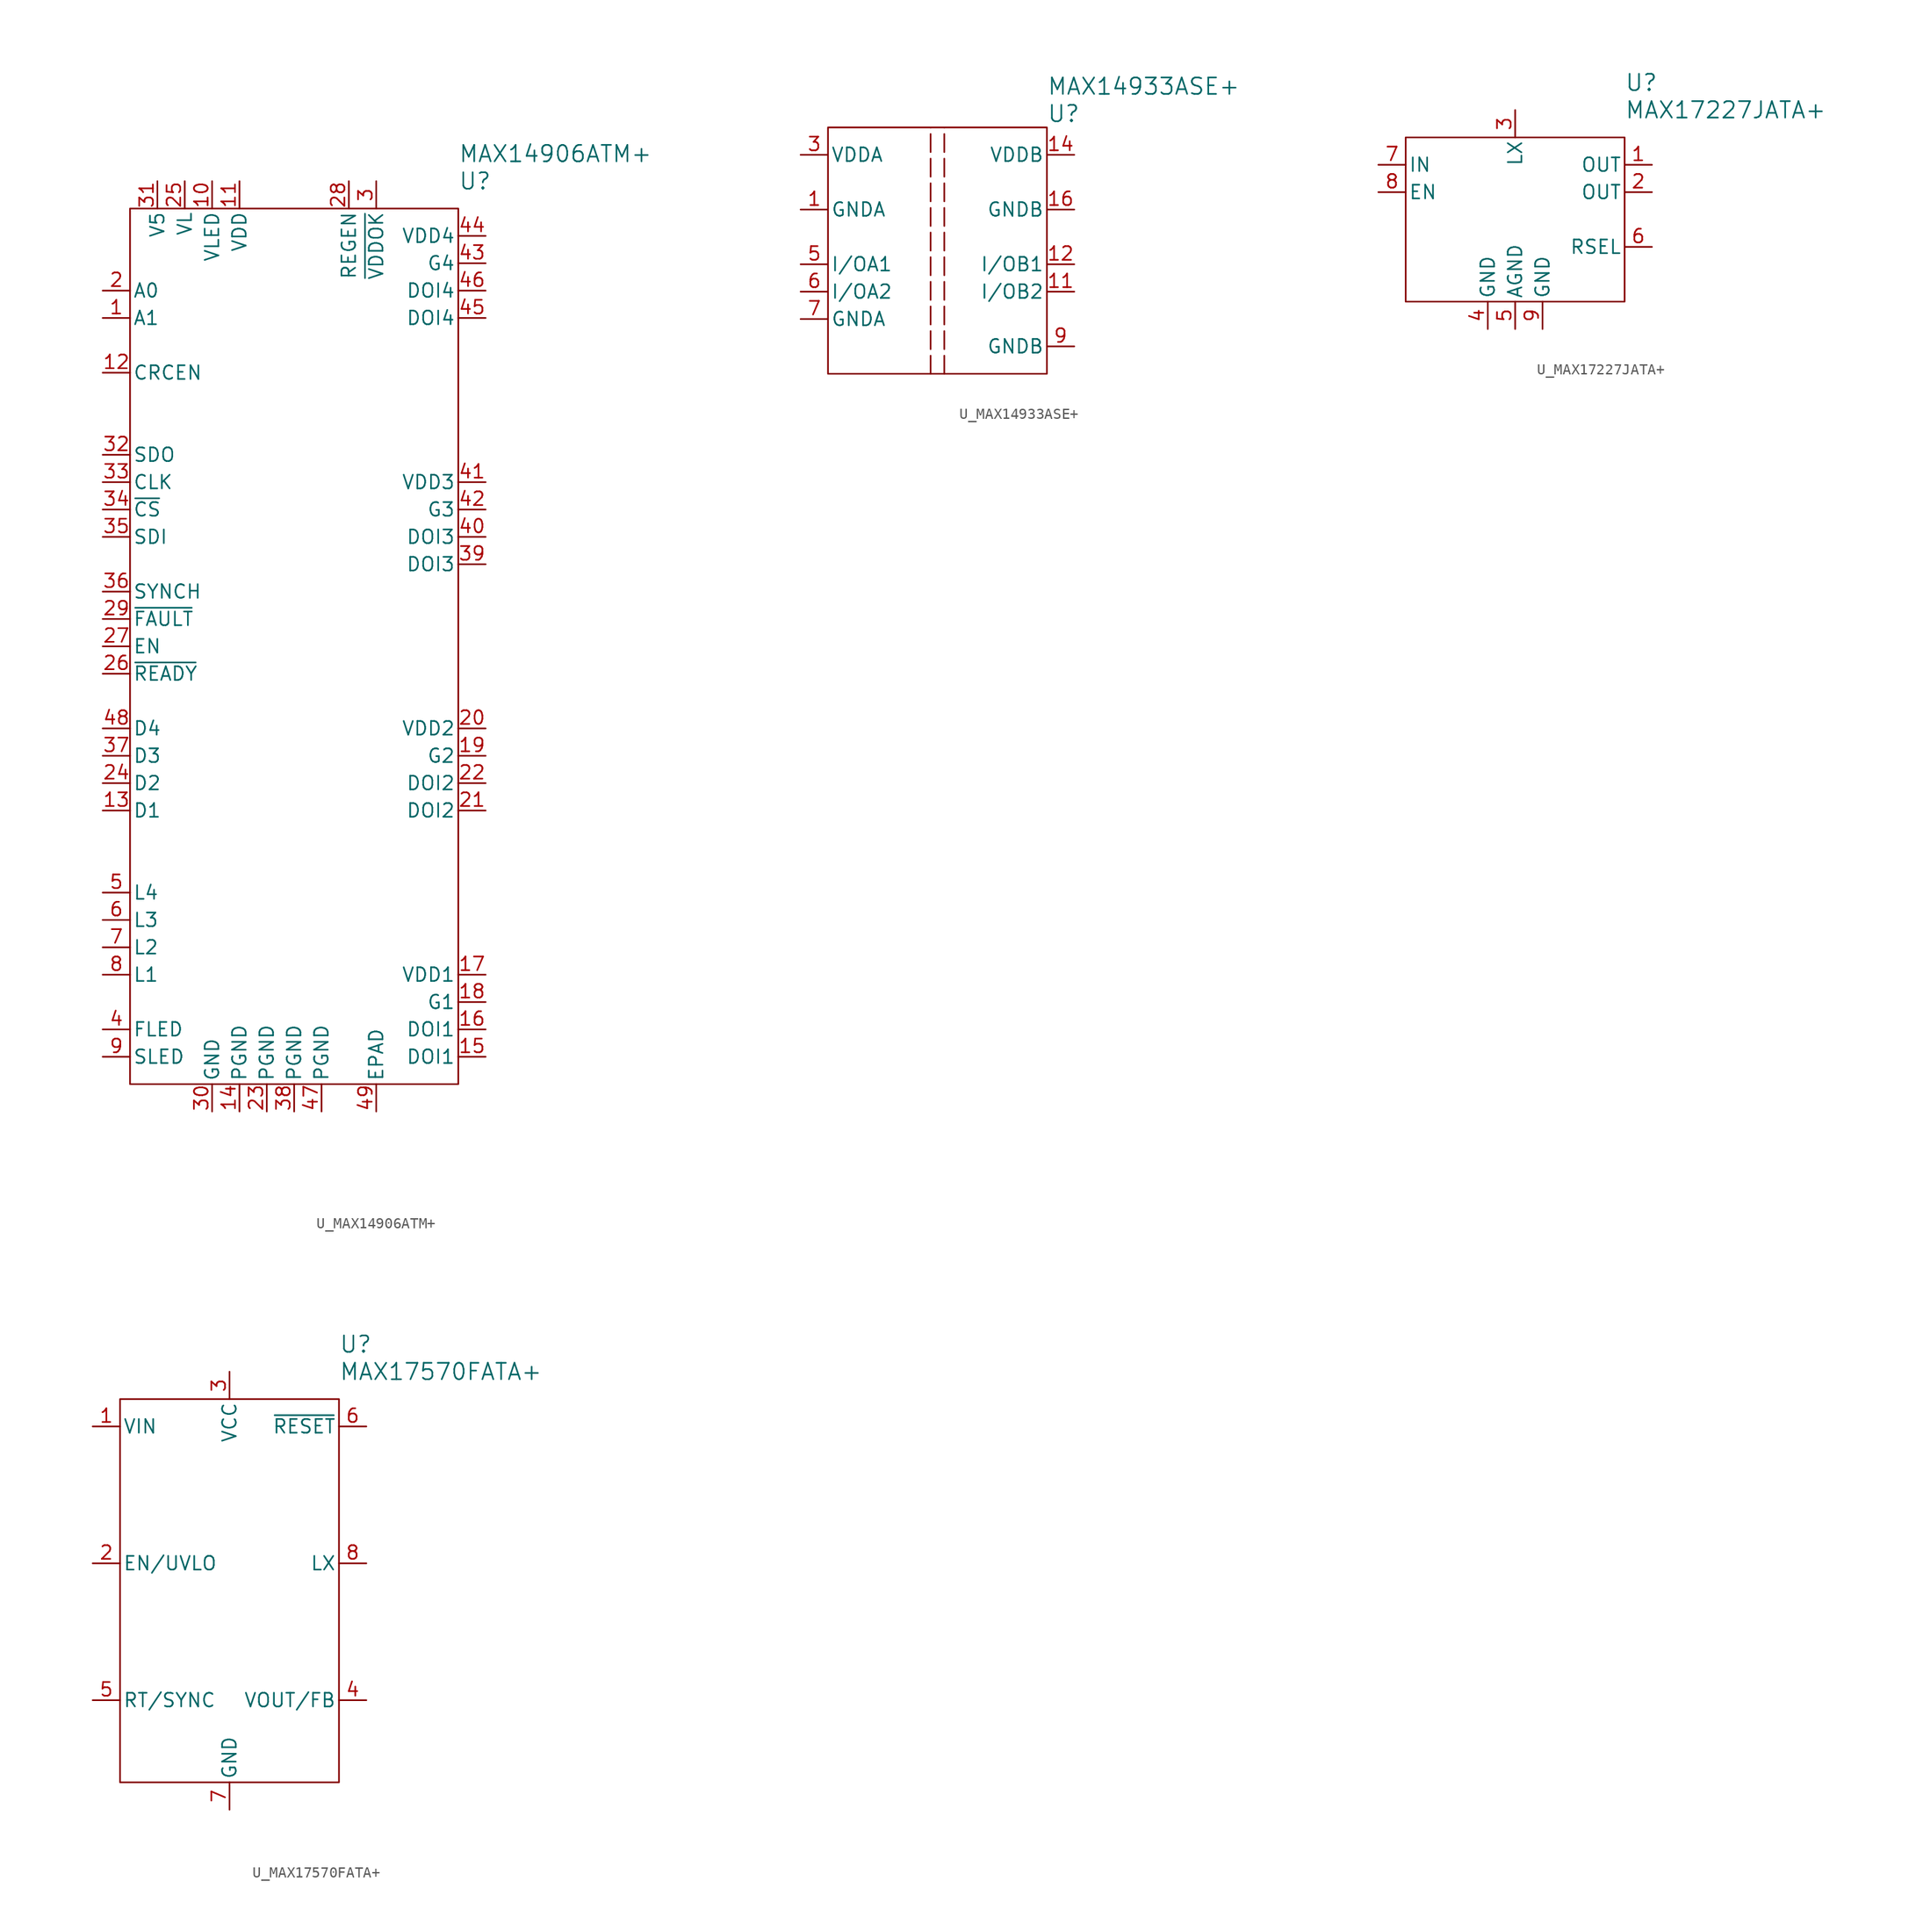
<source format=kicad_sym>
(kicad_symbol_lib
  (version 20241209)
  (generator "kicad_symbol_editor")
  (generator_version "9.0")
  (symbol "U_MAX14906ATM+"
    (pin_names
      (offset 0.254))
    (property "Reference" "U"
      (at 15.24 43.18 0)
      (effects (font (size 1.524 1.524)) (justify left)))
    (property "Value" "MAX14906ATM+"
      (at 15.24 45.72 0)
      (effects (font (size 1.524 1.524)) (justify left)))
    (symbol "U_MAX14906ATM+_1_1"
      (rectangle (start -15.24 40.64) (end 15.24 -40.64) (stroke (width 0) (type default)) (fill (type none)))
      (pin input line (at -17.78 33.02 0) (length 2.54) (name "A0" (effects (font (size 1.27 1.27)))) (number "2" (effects (font (size 1.27 1.27)))))
      (pin input line (at -17.78 30.48 0) (length 2.54) (name "A1" (effects (font (size 1.27 1.27)))) (number "1" (effects (font (size 1.27 1.27)))))
      (pin input line (at -17.78 25.4 0) (length 2.54) (name "CRCEN" (effects (font (size 1.27 1.27)))) (number "12" (effects (font (size 1.27 1.27)))))
      (pin output line (at -17.78 17.78 0) (length 2.54) (name "SDO" (effects (font (size 1.27 1.27)))) (number "32" (effects (font (size 1.27 1.27)))))
      (pin input line (at -17.78 15.24 0) (length 2.54) (name "CLK" (effects (font (size 1.27 1.27)))) (number "33" (effects (font (size 1.27 1.27)))))
      (pin input line (at -17.78 12.7 0) (length 2.54) (name "~{CS}" (effects (font (size 1.27 1.27)))) (number "34" (effects (font (size 1.27 1.27)))))
      (pin input line (at -17.78 10.16 0) (length 2.54) (name "SDI" (effects (font (size 1.27 1.27)))) (number "35" (effects (font (size 1.27 1.27)))))
      (pin input line (at -17.78 5.08 0) (length 2.54) (name "SYNCH" (effects (font (size 1.27 1.27)))) (number "36" (effects (font (size 1.27 1.27)))))
      (pin output line (at -17.78 2.54 0) (length 2.54) (name "~{FAULT}" (effects (font (size 1.27 1.27)))) (number "29" (effects (font (size 1.27 1.27)))))
      (pin unspecified line (at -17.78 0 0) (length 2.54) (name "EN" (effects (font (size 1.27 1.27)))) (number "27" (effects (font (size 1.27 1.27)))))
      (pin output line (at -17.78 -2.54 0) (length 2.54) (name "~{READY}" (effects (font (size 1.27 1.27)))) (number "26" (effects (font (size 1.27 1.27)))))
      (pin bidirectional line (at -17.78 -7.62 0) (length 2.54) (name "D4" (effects (font (size 1.27 1.27)))) (number "48" (effects (font (size 1.27 1.27)))))
      (pin bidirectional line (at -17.78 -10.16 0) (length 2.54) (name "D3" (effects (font (size 1.27 1.27)))) (number "37" (effects (font (size 1.27 1.27)))))
      (pin bidirectional line (at -17.78 -12.7 0) (length 2.54) (name "D2" (effects (font (size 1.27 1.27)))) (number "24" (effects (font (size 1.27 1.27)))))
      (pin bidirectional line (at -17.78 -15.24 0) (length 2.54) (name "D1" (effects (font (size 1.27 1.27)))) (number "13" (effects (font (size 1.27 1.27)))))
      (pin output line (at -17.78 -22.86 0) (length 2.54) (name "L4" (effects (font (size 1.27 1.27)))) (number "5" (effects (font (size 1.27 1.27)))))
      (pin output line (at -17.78 -25.4 0) (length 2.54) (name "L3" (effects (font (size 1.27 1.27)))) (number "6" (effects (font (size 1.27 1.27)))))
      (pin output line (at -17.78 -27.94 0) (length 2.54) (name "L2" (effects (font (size 1.27 1.27)))) (number "7" (effects (font (size 1.27 1.27)))))
      (pin output line (at -17.78 -30.48 0) (length 2.54) (name "L1" (effects (font (size 1.27 1.27)))) (number "8" (effects (font (size 1.27 1.27)))))
      (pin input line (at -17.78 -35.56 0) (length 2.54) (name "FLED" (effects (font (size 1.27 1.27)))) (number "4" (effects (font (size 1.27 1.27)))))
      (pin input line (at -17.78 -38.1 0) (length 2.54) (name "SLED" (effects (font (size 1.27 1.27)))) (number "9" (effects (font (size 1.27 1.27)))))
      (pin power_in line (at -12.7 43.18 270) (length 2.54) (name "V5" (effects (font (size 1.27 1.27)))) (number "31" (effects (font (size 1.27 1.27)))))
      (pin input line (at -10.16 43.18 270) (length 2.54) (name "VL" (effects (font (size 1.27 1.27)))) (number "25" (effects (font (size 1.27 1.27)))))
      (pin unspecified line (at -7.62 43.18 270) (length 2.54) (name "VLED" (effects (font (size 1.27 1.27)))) (number "10" (effects (font (size 1.27 1.27)))))
      (pin power_in line (at -7.62 -43.18 90) (length 2.54) (name "GND" (effects (font (size 1.27 1.27)))) (number "30" (effects (font (size 1.27 1.27)))))
      (pin power_in line (at -5.08 43.18 270) (length 2.54) (name "VDD" (effects (font (size 1.27 1.27)))) (number "11" (effects (font (size 1.27 1.27)))))
      (pin power_in line (at -5.08 -43.18 90) (length 2.54) (name "PGND" (effects (font (size 1.27 1.27)))) (number "14" (effects (font (size 1.27 1.27)))))
      (pin power_in line (at -2.54 -43.18 90) (length 2.54) (name "PGND" (effects (font (size 1.27 1.27)))) (number "23" (effects (font (size 1.27 1.27)))))
      (pin power_in line (at 0 -43.18 90) (length 2.54) (name "PGND" (effects (font (size 1.27 1.27)))) (number "38" (effects (font (size 1.27 1.27)))))
      (pin power_in line (at 2.54 -43.18 90) (length 2.54) (name "PGND" (effects (font (size 1.27 1.27)))) (number "47" (effects (font (size 1.27 1.27)))))
      (pin input line (at 5.08 43.18 270) (length 2.54) (name "REGEN" (effects (font (size 1.27 1.27)))) (number "28" (effects (font (size 1.27 1.27)))))
      (pin output line (at 7.62 43.18 270) (length 2.54) (name "~{VDDOK}" (effects (font (size 1.27 1.27)))) (number "3" (effects (font (size 1.27 1.27)))))
      (pin power_in line (at 7.62 -43.18 90) (length 2.54) (name "EPAD" (effects (font (size 1.27 1.27)))) (number "49" (effects (font (size 1.27 1.27)))))
      (pin power_in line (at 17.78 38.1 180) (length 2.54) (name "VDD4" (effects (font (size 1.27 1.27)))) (number "44" (effects (font (size 1.27 1.27)))))
      (pin output line (at 17.78 35.56 180) (length 2.54) (name "G4" (effects (font (size 1.27 1.27)))) (number "43" (effects (font (size 1.27 1.27)))))
      (pin bidirectional line (at 17.78 33.02 180) (length 2.54) (name "DOI4" (effects (font (size 1.27 1.27)))) (number "46" (effects (font (size 1.27 1.27)))))
      (pin bidirectional line (at 17.78 30.48 180) (length 2.54) (name "DOI4" (effects (font (size 1.27 1.27)))) (number "45" (effects (font (size 1.27 1.27)))))
      (pin power_in line (at 17.78 15.24 180) (length 2.54) (name "VDD3" (effects (font (size 1.27 1.27)))) (number "41" (effects (font (size 1.27 1.27)))))
      (pin output line (at 17.78 12.7 180) (length 2.54) (name "G3" (effects (font (size 1.27 1.27)))) (number "42" (effects (font (size 1.27 1.27)))))
      (pin bidirectional line (at 17.78 10.16 180) (length 2.54) (name "DOI3" (effects (font (size 1.27 1.27)))) (number "40" (effects (font (size 1.27 1.27)))))
      (pin bidirectional line (at 17.78 7.62 180) (length 2.54) (name "DOI3" (effects (font (size 1.27 1.27)))) (number "39" (effects (font (size 1.27 1.27)))))
      (pin power_in line (at 17.78 -7.62 180) (length 2.54) (name "VDD2" (effects (font (size 1.27 1.27)))) (number "20" (effects (font (size 1.27 1.27)))))
      (pin output line (at 17.78 -10.16 180) (length 2.54) (name "G2" (effects (font (size 1.27 1.27)))) (number "19" (effects (font (size 1.27 1.27)))))
      (pin bidirectional line (at 17.78 -12.7 180) (length 2.54) (name "DOI2" (effects (font (size 1.27 1.27)))) (number "22" (effects (font (size 1.27 1.27)))))
      (pin bidirectional line (at 17.78 -15.24 180) (length 2.54) (name "DOI2" (effects (font (size 1.27 1.27)))) (number "21" (effects (font (size 1.27 1.27)))))
      (pin power_in line (at 17.78 -30.48 180) (length 2.54) (name "VDD1" (effects (font (size 1.27 1.27)))) (number "17" (effects (font (size 1.27 1.27)))))
      (pin output line (at 17.78 -33.02 180) (length 2.54) (name "G1" (effects (font (size 1.27 1.27)))) (number "18" (effects (font (size 1.27 1.27)))))
      (pin bidirectional line (at 17.78 -35.56 180) (length 2.54) (name "DOI1" (effects (font (size 1.27 1.27)))) (number "16" (effects (font (size 1.27 1.27)))))
      (pin bidirectional line (at 17.78 -38.1 180) (length 2.54) (name "DOI1" (effects (font (size 1.27 1.27)))) (number "15" (effects (font (size 1.27 1.27)))))))
  (symbol "U_MAX14933ASE+"
    (pin_names
      (offset 0.254))
    (property "Reference" "U"
      (at 10.16 12.7 0)
      (effects (font (size 1.524 1.524)) (justify left)))
    (property "Value" "MAX14933ASE+"
      (at 10.16 15.24 0)
      (effects (font (size 1.524 1.524)) (justify left)))
    (symbol "U_MAX14933ASE+_0_1"
      (pin power_in line (at -12.7 8.89 0) (length 2.54) (name "VDDA" (effects (font (size 1.27 1.27)))) (number "3" (effects (font (size 1.27 1.27)))))
      (pin power_in line (at -12.7 3.81 0) (length 2.54) (name "GNDA" (effects (font (size 1.27 1.27)))) (number "1" (effects (font (size 1.27 1.27)))))
      (pin bidirectional line (at -12.7 -1.27 0) (length 2.54) (name "I/OA1" (effects (font (size 1.27 1.27)))) (number "5" (effects (font (size 1.27 1.27)))))
      (pin bidirectional line (at -12.7 -3.81 0) (length 2.54) (name "I/OA2" (effects (font (size 1.27 1.27)))) (number "6" (effects (font (size 1.27 1.27)))))
      (pin power_in line (at -12.7 -6.35 0) (length 2.54) (name "GNDA" (effects (font (size 1.27 1.27)))) (number "7" (effects (font (size 1.27 1.27)))))
      (pin power_in line (at 12.7 8.89 180) (length 2.54) (name "VDDB" (effects (font (size 1.27 1.27)))) (number "14" (effects (font (size 1.27 1.27)))))
      (pin power_in line (at 12.7 3.81 180) (length 2.54) (name "GNDB" (effects (font (size 1.27 1.27)))) (number "16" (effects (font (size 1.27 1.27)))))
      (pin bidirectional line (at 12.7 -1.27 180) (length 2.54) (name "I/OB1" (effects (font (size 1.27 1.27)))) (number "12" (effects (font (size 1.27 1.27)))))
      (pin bidirectional line (at 12.7 -3.81 180) (length 2.54) (name "I/OB2" (effects (font (size 1.27 1.27)))) (number "11" (effects (font (size 1.27 1.27)))))
      (pin power_in line (at 12.7 -8.89 180) (length 2.54) (name "GNDB" (effects (font (size 1.27 1.27)))) (number "9" (effects (font (size 1.27 1.27))))))
    (symbol "U_MAX14933ASE+_1_1"
      (rectangle (start -10.16 11.43) (end 10.16 -11.43) (stroke (width 0) (type default)) (fill (type none)))
      (polyline (pts (xy -0.635 -11.43) (xy -0.635 11.43)) (stroke (width 0) (type dash)) (fill (type none)))
      (polyline (pts (xy 0.635 -11.43) (xy 0.635 11.43)) (stroke (width 0) (type dash)) (fill (type none)))
      (pin no_connect line (at -12.7 6.35 0) (length 2.54) (hide yes) (name "IC" (effects (font (size 1.27 1.27)))) (number "2" (effects (font (size 1.27 1.27)))))
      (pin no_connect line (at -12.7 1.27 0) (length 2.54) (hide yes) (name "NC" (effects (font (size 1.27 1.27)))) (number "4" (effects (font (size 1.27 1.27)))))
      (pin no_connect line (at -12.7 -8.89 0) (length 2.54) (hide yes) (name "IC" (effects (font (size 1.27 1.27)))) (number "8" (effects (font (size 1.27 1.27)))))
      (pin no_connect line (at 12.7 6.35 180) (length 2.54) (hide yes) (name "IC" (effects (font (size 1.27 1.27)))) (number "15" (effects (font (size 1.27 1.27)))))
      (pin no_connect line (at 12.7 1.27 180) (length 2.54) (hide yes) (name "NC" (effects (font (size 1.27 1.27)))) (number "13" (effects (font (size 1.27 1.27)))))
      (pin no_connect line (at 12.7 -6.35 180) (length 2.54) (hide yes) (name "IC" (effects (font (size 1.27 1.27)))) (number "10" (effects (font (size 1.27 1.27)))))))
  (symbol "U_MAX17227JATA+"
    (pin_names
      (offset 0.254))
    (property "Reference" "U"
      (at 10.16 12.7 0)
      (effects (font (size 1.524 1.524)) (justify left)))
    (property "Value" "MAX17227JATA+"
      (at 10.16 10.16 0)
      (effects (font (size 1.524 1.524)) (justify left)))
    (symbol "U_MAX17227JATA+_0_1"
      (rectangle (start -10.16 7.62) (end 10.16 -7.62) (stroke (width 0) (type default)) (fill (type none)))
      (pin input line (at -12.7 2.54 0) (length 2.54) (name "EN" (effects (font (size 1.27 1.27)))) (number "8" (effects (font (size 1.27 1.27))))))
    (symbol "U_MAX17227JATA+_1_1"
      (pin power_in line (at -12.7 5.08 0) (length 2.54) (name "IN" (effects (font (size 1.27 1.27)))) (number "7" (effects (font (size 1.27 1.27)))))
      (pin power_in line (at -2.54 -10.16 90) (length 2.54) (name "GND" (effects (font (size 1.27 1.27)))) (number "4" (effects (font (size 1.27 1.27)))))
      (pin output line (at 0 10.16 270) (length 2.54) (name "LX" (effects (font (size 1.27 1.27)))) (number "3" (effects (font (size 1.27 1.27)))))
      (pin power_in line (at 0 -10.16 90) (length 2.54) (name "AGND" (effects (font (size 1.27 1.27)))) (number "5" (effects (font (size 1.27 1.27)))))
      (pin power_in line (at 2.54 -10.16 90) (length 2.54) (name "GND" (effects (font (size 1.27 1.27)))) (number "9" (effects (font (size 1.27 1.27)))))
      (pin power_out line (at 12.7 5.08 180) (length 2.54) (name "OUT" (effects (font (size 1.27 1.27)))) (number "1" (effects (font (size 1.27 1.27)))))
      (pin power_out line (at 12.7 2.54 180) (length 2.54) (name "OUT" (effects (font (size 1.27 1.27)))) (number "2" (effects (font (size 1.27 1.27)))))
      (pin input line (at 12.7 -2.54 180) (length 2.54) (name "RSEL" (effects (font (size 1.27 1.27)))) (number "6" (effects (font (size 1.27 1.27)))))))
  (symbol "U_MAX17570FATA+"
    (pin_names
      (offset 0.254))
    (property "Reference" "U"
      (at 10.16 22.86 0)
      (effects (font (size 1.524 1.524)) (justify left)))
    (property "Value" "MAX17570FATA+"
      (at 10.16 20.32 0)
      (effects (font (size 1.524 1.524)) (justify left)))
    (symbol "U_MAX17570FATA+_0_1"
      (rectangle (start -10.16 17.78) (end 10.16 -17.78) (stroke (width 0) (type default)) (fill (type none)))
      (pin power_in line (at -12.7 15.24 0) (length 2.54) (name "VIN" (effects (font (size 1.27 1.27)))) (number "1" (effects (font (size 1.27 1.27)))))
      (pin input line (at -12.7 2.54 0) (length 2.54) (name "EN/UVLO" (effects (font (size 1.27 1.27)))) (number "2" (effects (font (size 1.27 1.27)))))
      (pin power_in line (at 0 20.32 270) (length 2.54) (name "VCC" (effects (font (size 1.27 1.27)))) (number "3" (effects (font (size 1.27 1.27))))))
    (symbol "U_MAX17570FATA+_1_1"
      (pin input line (at -12.7 -10.16 0) (length 2.54) (name "RT/SYNC" (effects (font (size 1.27 1.27)))) (number "5" (effects (font (size 1.27 1.27)))))
      (pin power_in line (at 0 -20.32 90) (length 2.54) (name "GND" (effects (font (size 1.27 1.27)))) (number "7" (effects (font (size 1.27 1.27)))))
      (pin input line (at 12.7 15.24 180) (length 2.54) (name "~{RESET}" (effects (font (size 1.27 1.27)))) (number "6" (effects (font (size 1.27 1.27)))))
      (pin power_in line (at 12.7 2.54 180) (length 2.54) (name "LX" (effects (font (size 1.27 1.27)))) (number "8" (effects (font (size 1.27 1.27)))))
      (pin input line (at 12.7 -10.16 180) (length 2.54) (name "VOUT/FB" (effects (font (size 1.27 1.27)))) (number "4" (effects (font (size 1.27 1.27))))))))
</source>
